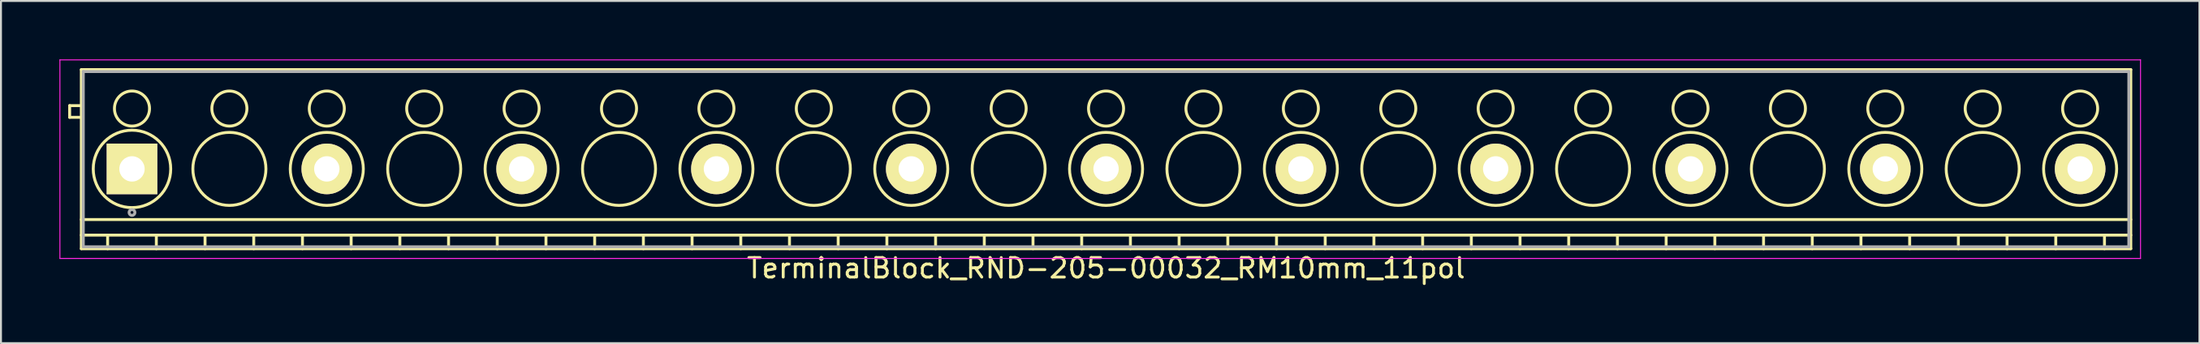
<source format=kicad_pcb>
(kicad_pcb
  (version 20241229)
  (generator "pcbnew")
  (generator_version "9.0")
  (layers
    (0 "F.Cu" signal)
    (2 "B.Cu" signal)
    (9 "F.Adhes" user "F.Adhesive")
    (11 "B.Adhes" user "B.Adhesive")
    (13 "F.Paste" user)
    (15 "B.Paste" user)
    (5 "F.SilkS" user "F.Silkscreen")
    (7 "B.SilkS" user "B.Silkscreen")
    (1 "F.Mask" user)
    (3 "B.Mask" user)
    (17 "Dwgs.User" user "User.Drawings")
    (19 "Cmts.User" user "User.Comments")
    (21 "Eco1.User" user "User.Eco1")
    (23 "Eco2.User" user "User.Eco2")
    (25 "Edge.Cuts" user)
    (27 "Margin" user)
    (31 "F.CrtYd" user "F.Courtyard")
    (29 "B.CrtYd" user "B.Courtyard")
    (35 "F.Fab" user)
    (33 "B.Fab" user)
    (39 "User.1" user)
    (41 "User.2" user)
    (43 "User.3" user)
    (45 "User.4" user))
  (footprint "TerminalBlock_RND-205-00032_RM10mm_11pol"
    (layer "F.Cu")
    (at 3.725 5.625)
    (property "Reference" "TerminalBlock_RND-205-00032_RM10mm_11pol" (at 50 5.1 0) (layer "F.SilkS") (effects (font (size 1 1) (thickness 0.15))))
    (attr through_hole)
    (fp_line (start -3.2 -3.25) (end -3.2 -2.65) (stroke (width 0.15) (type solid)) (layer "F.SilkS"))
    (fp_line (start -3.2 -2.65) (end -2.6 -2.65) (stroke (width 0.15) (type solid)) (layer "F.SilkS"))
    (fp_line (start -2.6 -5.1) (end 102.6 -5.1) (stroke (width 0.15) (type solid)) (layer "F.SilkS"))
    (fp_line (start -2.6 -3.25) (end -3.2 -3.25) (stroke (width 0.15) (type solid)) (layer "F.SilkS"))
    (fp_line (start -2.6 2.6) (end 102.6 2.6) (stroke (width 0.15) (type solid)) (layer "F.SilkS"))
    (fp_line (start -2.6 3.4) (end 102.6 3.4) (stroke (width 0.15) (type solid)) (layer "F.SilkS"))
    (fp_line (start -2.6 4.1) (end -2.6 -5.1) (stroke (width 0.15) (type solid)) (layer "F.SilkS"))
    (fp_line (start -1.25 3.4) (end -1.25 4.1) (stroke (width 0.15) (type solid)) (layer "F.SilkS"))
    (fp_line (start 1.25 3.4) (end 1.25 4.1) (stroke (width 0.15) (type solid)) (layer "F.SilkS"))
    (fp_line (start 3.75 3.4) (end 3.75 4.1) (stroke (width 0.15) (type solid)) (layer "F.SilkS"))
    (fp_line (start 6.25 3.4) (end 6.25 4.1) (stroke (width 0.15) (type solid)) (layer "F.SilkS"))
    (fp_line (start 8.75 3.4) (end 8.75 4.1) (stroke (width 0.15) (type solid)) (layer "F.SilkS"))
    (fp_line (start 11.25 3.4) (end 11.25 4.1) (stroke (width 0.15) (type solid)) (layer "F.SilkS"))
    (fp_line (start 13.75 3.4) (end 13.75 4.1) (stroke (width 0.15) (type solid)) (layer "F.SilkS"))
    (fp_line (start 16.25 3.4) (end 16.25 4.1) (stroke (width 0.15) (type solid)) (layer "F.SilkS"))
    (fp_line (start 18.75 3.4) (end 18.75 4.1) (stroke (width 0.15) (type solid)) (layer "F.SilkS"))
    (fp_line (start 21.25 3.4) (end 21.25 4.1) (stroke (width 0.15) (type solid)) (layer "F.SilkS"))
    (fp_line (start 23.75 3.4) (end 23.75 4.1) (stroke (width 0.15) (type solid)) (layer "F.SilkS"))
    (fp_line (start 26.25 3.4) (end 26.25 4.1) (stroke (width 0.15) (type solid)) (layer "F.SilkS"))
    (fp_line (start 28.75 3.4) (end 28.75 4.1) (stroke (width 0.15) (type solid)) (layer "F.SilkS"))
    (fp_line (start 31.25 3.4) (end 31.25 4.1) (stroke (width 0.15) (type solid)) (layer "F.SilkS"))
    (fp_line (start 33.75 3.4) (end 33.75 4.1) (stroke (width 0.15) (type solid)) (layer "F.SilkS"))
    (fp_line (start 36.25 3.4) (end 36.25 4.1) (stroke (width 0.15) (type solid)) (layer "F.SilkS"))
    (fp_line (start 38.75 3.4) (end 38.75 4.1) (stroke (width 0.15) (type solid)) (layer "F.SilkS"))
    (fp_line (start 41.25 3.4) (end 41.25 4.1) (stroke (width 0.15) (type solid)) (layer "F.SilkS"))
    (fp_line (start 43.75 3.4) (end 43.75 4.1) (stroke (width 0.15) (type solid)) (layer "F.SilkS"))
    (fp_line (start 46.25 3.4) (end 46.25 4.1) (stroke (width 0.15) (type solid)) (layer "F.SilkS"))
    (fp_line (start 48.75 3.4) (end 48.75 4.1) (stroke (width 0.15) (type solid)) (layer "F.SilkS"))
    (fp_line (start 51.25 3.4) (end 51.25 4.1) (stroke (width 0.15) (type solid)) (layer "F.SilkS"))
    (fp_line (start 53.75 3.4) (end 53.75 4.1) (stroke (width 0.15) (type solid)) (layer "F.SilkS"))
    (fp_line (start 56.25 3.4) (end 56.25 4.1) (stroke (width 0.15) (type solid)) (layer "F.SilkS"))
    (fp_line (start 58.75 3.4) (end 58.75 4.1) (stroke (width 0.15) (type solid)) (layer "F.SilkS"))
    (fp_line (start 61.25 3.4) (end 61.25 4.1) (stroke (width 0.15) (type solid)) (layer "F.SilkS"))
    (fp_line (start 63.75 3.4) (end 63.75 4.1) (stroke (width 0.15) (type solid)) (layer "F.SilkS"))
    (fp_line (start 66.25 3.4) (end 66.25 4.1) (stroke (width 0.15) (type solid)) (layer "F.SilkS"))
    (fp_line (start 68.75 3.4) (end 68.75 4.1) (stroke (width 0.15) (type solid)) (layer "F.SilkS"))
    (fp_line (start 71.25 3.4) (end 71.25 4.1) (stroke (width 0.15) (type solid)) (layer "F.SilkS"))
    (fp_line (start 73.75 3.4) (end 73.75 4.1) (stroke (width 0.15) (type solid)) (layer "F.SilkS"))
    (fp_line (start 76.25 3.4) (end 76.25 4.1) (stroke (width 0.15) (type solid)) (layer "F.SilkS"))
    (fp_line (start 78.75 3.4) (end 78.75 4.1) (stroke (width 0.15) (type solid)) (layer "F.SilkS"))
    (fp_line (start 81.25 3.4) (end 81.25 4.1) (stroke (width 0.15) (type solid)) (layer "F.SilkS"))
    (fp_line (start 83.75 3.4) (end 83.75 4.1) (stroke (width 0.15) (type solid)) (layer "F.SilkS"))
    (fp_line (start 86.25 3.4) (end 86.25 4.1) (stroke (width 0.15) (type solid)) (layer "F.SilkS"))
    (fp_line (start 88.75 3.4) (end 88.75 4.1) (stroke (width 0.15) (type solid)) (layer "F.SilkS"))
    (fp_line (start 91.25 3.4) (end 91.25 4.1) (stroke (width 0.15) (type solid)) (layer "F.SilkS"))
    (fp_line (start 93.75 3.4) (end 93.75 4.1) (stroke (width 0.15) (type solid)) (layer "F.SilkS"))
    (fp_line (start 96.25 3.4) (end 96.25 4.1) (stroke (width 0.15) (type solid)) (layer "F.SilkS"))
    (fp_line (start 98.75 3.4) (end 98.75 4.1) (stroke (width 0.15) (type solid)) (layer "F.SilkS"))
    (fp_line (start 101.25 3.4) (end 101.25 4.1) (stroke (width 0.15) (type solid)) (layer "F.SilkS"))
    (fp_line (start 102.6 -5.1) (end 102.6 4.1) (stroke (width 0.15) (type solid)) (layer "F.SilkS"))
    (fp_line (start 102.6 4.1) (end -2.6 4.1) (stroke (width 0.15) (type solid)) (layer "F.SilkS"))
    (fp_circle (center 0 -3.1) (end -0.9 -3.1) (stroke (width 0.15) (type solid)) (fill no) (layer "F.SilkS"))
    (fp_circle (center 0 0) (end -1.988 0) (stroke (width 0.15) (type solid)) (fill no) (layer "F.SilkS"))
    (fp_circle (center 5 -3.1) (end 4.1 -3.1) (stroke (width 0.15) (type solid)) (fill no) (layer "F.SilkS"))
    (fp_circle (center 5 0) (end 3.125 0) (stroke (width 0.15) (type solid)) (fill no) (layer "F.SilkS"))
    (fp_circle (center 10 -3.1) (end 9.1 -3.1) (stroke (width 0.15) (type solid)) (fill no) (layer "F.SilkS"))
    (fp_circle (center 10 0) (end 8.125 0) (stroke (width 0.15) (type solid)) (fill no) (layer "F.SilkS"))
    (fp_circle (center 15 -3.1) (end 14.1 -3.1) (stroke (width 0.15) (type solid)) (fill no) (layer "F.SilkS"))
    (fp_circle (center 15 0) (end 13.125 0) (stroke (width 0.15) (type solid)) (fill no) (layer "F.SilkS"))
    (fp_circle (center 20 -3.1) (end 19.1 -3.1) (stroke (width 0.15) (type solid)) (fill no) (layer "F.SilkS"))
    (fp_circle (center 20 0) (end 18.125 0) (stroke (width 0.15) (type solid)) (fill no) (layer "F.SilkS"))
    (fp_circle (center 25 -3.1) (end 24.1 -3.1) (stroke (width 0.15) (type solid)) (fill no) (layer "F.SilkS"))
    (fp_circle (center 25 0) (end 23.125 0) (stroke (width 0.15) (type solid)) (fill no) (layer "F.SilkS"))
    (fp_circle (center 30 -3.1) (end 29.1 -3.1) (stroke (width 0.15) (type solid)) (fill no) (layer "F.SilkS"))
    (fp_circle (center 30 0) (end 28.125 0) (stroke (width 0.15) (type solid)) (fill no) (layer "F.SilkS"))
    (fp_circle (center 35 -3.1) (end 34.1 -3.1) (stroke (width 0.15) (type solid)) (fill no) (layer "F.SilkS"))
    (fp_circle (center 35 0) (end 33.125 0) (stroke (width 0.15) (type solid)) (fill no) (layer "F.SilkS"))
    (fp_circle (center 40 -3.1) (end 39.1 -3.1) (stroke (width 0.15) (type solid)) (fill no) (layer "F.SilkS"))
    (fp_circle (center 40 0) (end 38.125 0) (stroke (width 0.15) (type solid)) (fill no) (layer "F.SilkS"))
    (fp_circle (center 45 -3.1) (end 44.1 -3.1) (stroke (width 0.15) (type solid)) (fill no) (layer "F.SilkS"))
    (fp_circle (center 45 0) (end 43.125 0) (stroke (width 0.15) (type solid)) (fill no) (layer "F.SilkS"))
    (fp_circle (center 50 -3.1) (end 49.1 -3.1) (stroke (width 0.15) (type solid)) (fill no) (layer "F.SilkS"))
    (fp_circle (center 50 0) (end 48.125 0) (stroke (width 0.15) (type solid)) (fill no) (layer "F.SilkS"))
    (fp_circle (center 55 -3.1) (end 54.1 -3.1) (stroke (width 0.15) (type solid)) (fill no) (layer "F.SilkS"))
    (fp_circle (center 55 0) (end 53.125 0) (stroke (width 0.15) (type solid)) (fill no) (layer "F.SilkS"))
    (fp_circle (center 60 -3.1) (end 59.1 -3.1) (stroke (width 0.15) (type solid)) (fill no) (layer "F.SilkS"))
    (fp_circle (center 60 0) (end 58.125 0) (stroke (width 0.15) (type solid)) (fill no) (layer "F.SilkS"))
    (fp_circle (center 65 -3.1) (end 64.1 -3.1) (stroke (width 0.15) (type solid)) (fill no) (layer "F.SilkS"))
    (fp_circle (center 65 0) (end 63.125 0) (stroke (width 0.15) (type solid)) (fill no) (layer "F.SilkS"))
    (fp_circle (center 70 -3.1) (end 69.1 -3.1) (stroke (width 0.15) (type solid)) (fill no) (layer "F.SilkS"))
    (fp_circle (center 70 0) (end 68.125 0) (stroke (width 0.15) (type solid)) (fill no) (layer "F.SilkS"))
    (fp_circle (center 75 -3.1) (end 74.1 -3.1) (stroke (width 0.15) (type solid)) (fill no) (layer "F.SilkS"))
    (fp_circle (center 75 0) (end 73.125 0) (stroke (width 0.15) (type solid)) (fill no) (layer "F.SilkS"))
    (fp_circle (center 80 -3.1) (end 79.1 -3.1) (stroke (width 0.15) (type solid)) (fill no) (layer "F.SilkS"))
    (fp_circle (center 80 0) (end 78.125 0) (stroke (width 0.15) (type solid)) (fill no) (layer "F.SilkS"))
    (fp_circle (center 85 -3.1) (end 84.1 -3.1) (stroke (width 0.15) (type solid)) (fill no) (layer "F.SilkS"))
    (fp_circle (center 85 0) (end 83.125 0) (stroke (width 0.15) (type solid)) (fill no) (layer "F.SilkS"))
    (fp_circle (center 90 -3.1) (end 89.1 -3.1) (stroke (width 0.15) (type solid)) (fill no) (layer "F.SilkS"))
    (fp_circle (center 90 0) (end 88.125 0) (stroke (width 0.15) (type solid)) (fill no) (layer "F.SilkS"))
    (fp_circle (center 95 -3.1) (end 94.1 -3.1) (stroke (width 0.15) (type solid)) (fill no) (layer "F.SilkS"))
    (fp_circle (center 95 0) (end 93.125 0) (stroke (width 0.15) (type solid)) (fill no) (layer "F.SilkS"))
    (fp_circle (center 100 -3.1) (end 99.1 -3.1) (stroke (width 0.15) (type solid)) (fill no) (layer "F.SilkS"))
    (fp_circle (center 100 0) (end 98.125 0) (stroke (width 0.15) (type solid)) (fill no) (layer "F.SilkS"))
    (fp_line (start -3.7 -5.6) (end 103.1 -5.6) (stroke (width 0.05) (type solid)) (layer "F.CrtYd"))
    (fp_line (start -3.7 4.6) (end -3.7 -5.6) (stroke (width 0.05) (type solid)) (layer "F.CrtYd"))
    (fp_line (start 103.1 -5.6) (end 103.1 4.6) (stroke (width 0.05) (type solid)) (layer "F.CrtYd"))
    (fp_line (start 103.1 4.6) (end -3.7 4.6) (stroke (width 0.05) (type solid)) (layer "F.CrtYd"))
    (fp_line (start -2.5 -5) (end 102.5 -5) (stroke (width 0.15) (type solid)) (layer "F.Fab"))
    (fp_line (start -2.5 4) (end -2.5 -5) (stroke (width 0.15) (type solid)) (layer "F.Fab"))
    (fp_line (start 102.5 -5) (end 102.5 4) (stroke (width 0.15) (type solid)) (layer "F.Fab"))
    (fp_line (start 102.5 4) (end -2.5 4) (stroke (width 0.15) (type solid)) (layer "F.Fab"))
    (fp_circle (center 0 2.238) (end -0.15 2.238) (stroke (width 0.15) (type solid)) (fill no) (layer "F.Fab"))
    (pad "1" thru_hole rect (at 0 0) (size 2.6 2.6) (drill 1.3) (layers "*.Cu" "*.Mask" "F.SilkS"))
    (pad "2" thru_hole circle (at 10 0) (size 2.6 2.6) (drill 1.3) (layers "*.Cu" "*.Mask" "F.SilkS"))
    (pad "3" thru_hole circle (at 20 0) (size 2.6 2.6) (drill 1.3) (layers "*.Cu" "*.Mask" "F.SilkS"))
    (pad "4" thru_hole circle (at 30 0) (size 2.6 2.6) (drill 1.3) (layers "*.Cu" "*.Mask" "F.SilkS"))
    (pad "5" thru_hole circle (at 40 0) (size 2.6 2.6) (drill 1.3) (layers "*.Cu" "*.Mask" "F.SilkS"))
    (pad "6" thru_hole circle (at 50 0) (size 2.6 2.6) (drill 1.3) (layers "*.Cu" "*.Mask" "F.SilkS"))
    (pad "7" thru_hole circle (at 60 0) (size 2.6 2.6) (drill 1.3) (layers "*.Cu" "*.Mask" "F.SilkS"))
    (pad "8" thru_hole circle (at 70 0) (size 2.6 2.6) (drill 1.3) (layers "*.Cu" "*.Mask" "F.SilkS"))
    (pad "9" thru_hole circle (at 80 0) (size 2.6 2.6) (drill 1.3) (layers "*.Cu" "*.Mask" "F.SilkS"))
    (pad "10" thru_hole circle (at 90 0) (size 2.6 2.6) (drill 1.3) (layers "*.Cu" "*.Mask" "F.SilkS"))
    (pad "11" thru_hole circle (at 100 0) (size 2.6 2.6) (drill 1.3) (layers "*.Cu" "*.Mask" "F.SilkS")))
  (gr_rect
    (start -3 -3)
    (end 109.85 14.573)
    (stroke (width 0.1) (type default))
    (fill no)
    (layer "Edge.Cuts")))
</source>
